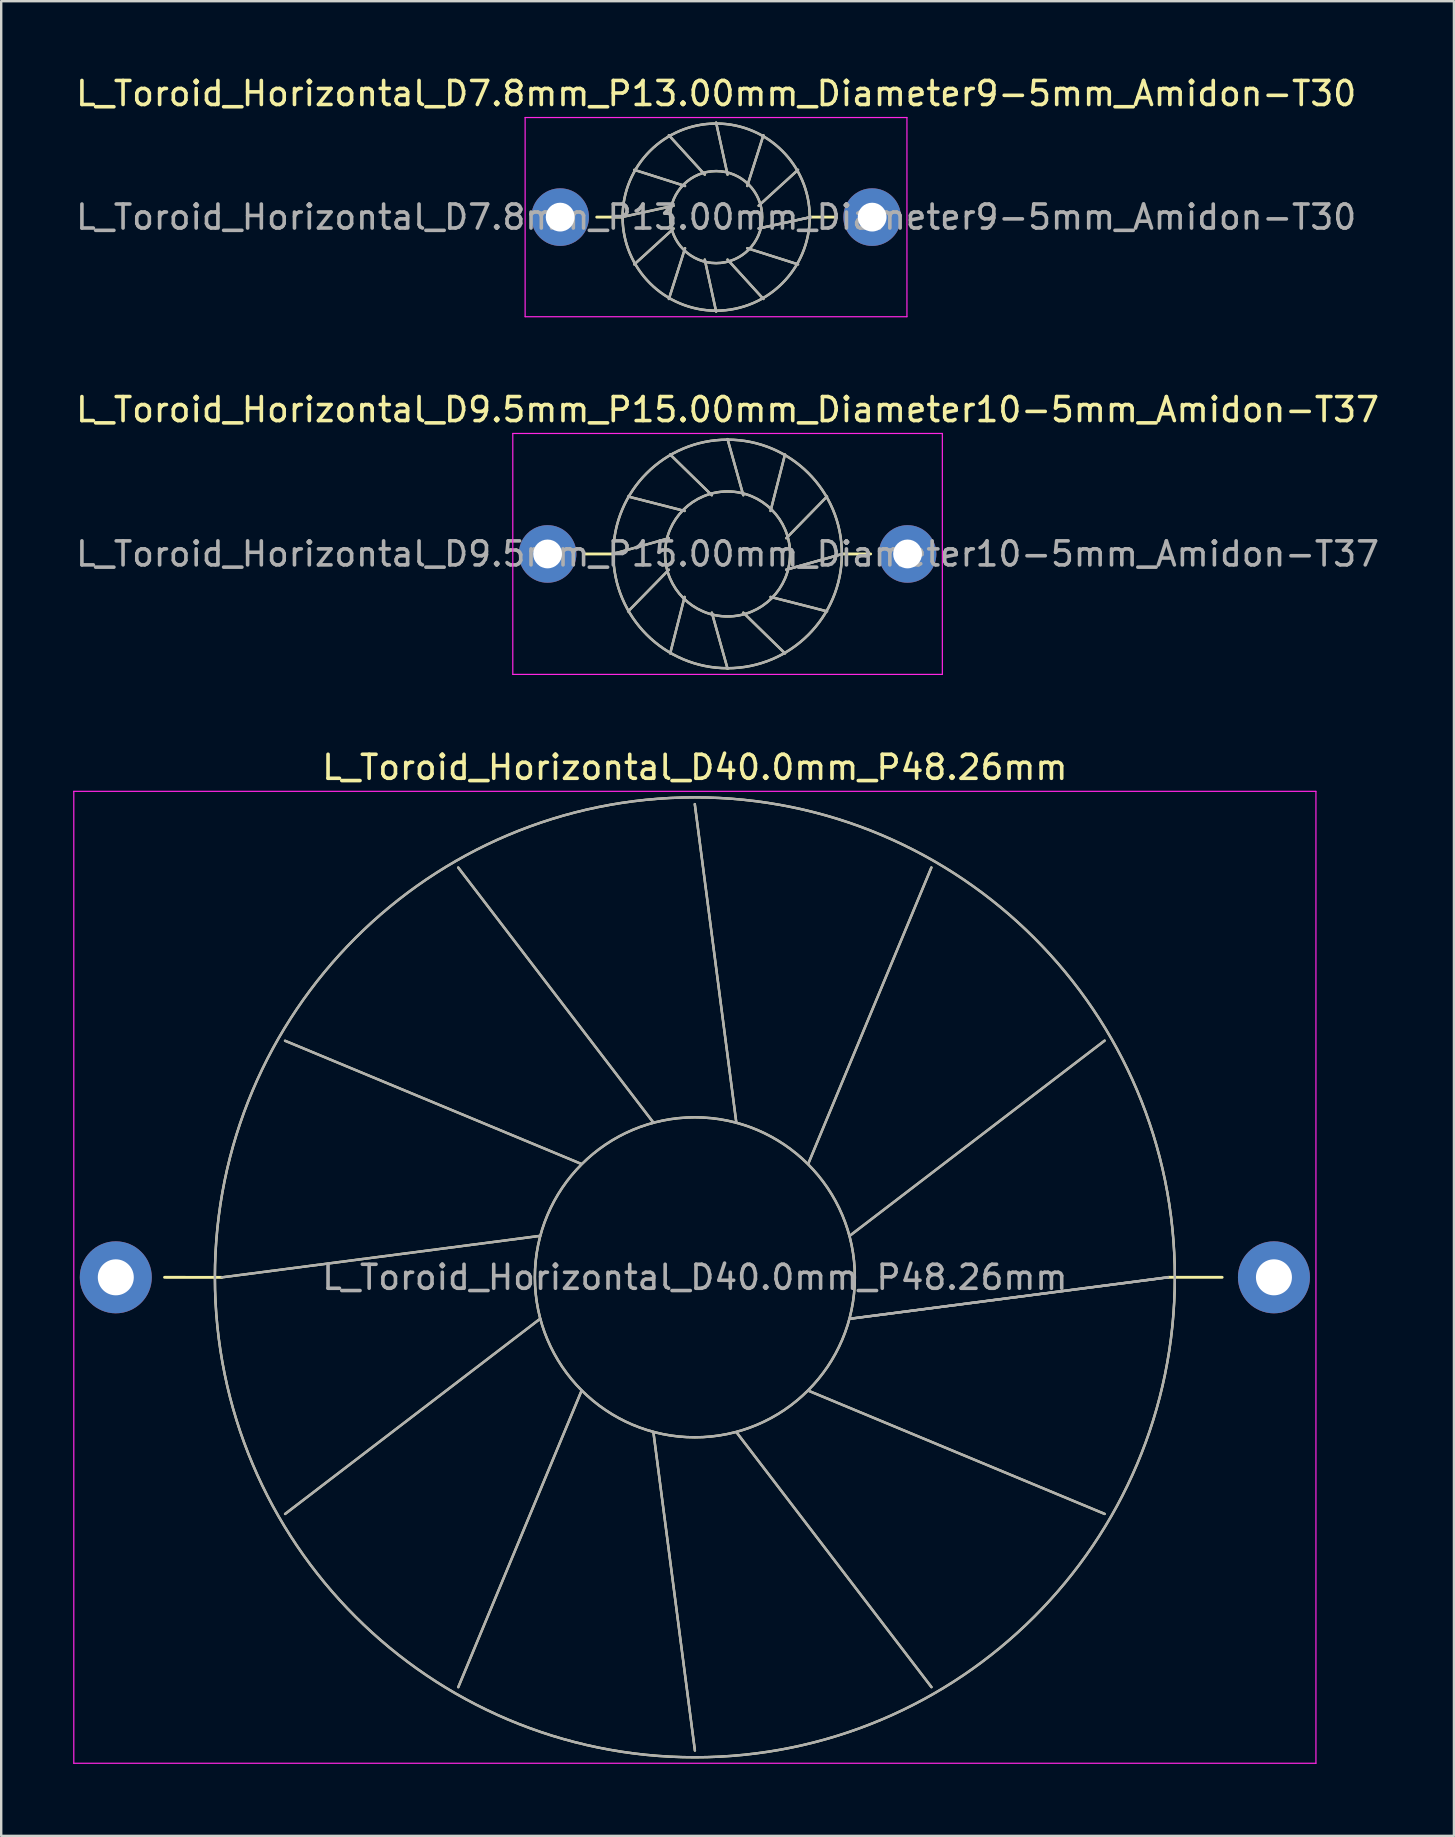
<source format=kicad_pcb>
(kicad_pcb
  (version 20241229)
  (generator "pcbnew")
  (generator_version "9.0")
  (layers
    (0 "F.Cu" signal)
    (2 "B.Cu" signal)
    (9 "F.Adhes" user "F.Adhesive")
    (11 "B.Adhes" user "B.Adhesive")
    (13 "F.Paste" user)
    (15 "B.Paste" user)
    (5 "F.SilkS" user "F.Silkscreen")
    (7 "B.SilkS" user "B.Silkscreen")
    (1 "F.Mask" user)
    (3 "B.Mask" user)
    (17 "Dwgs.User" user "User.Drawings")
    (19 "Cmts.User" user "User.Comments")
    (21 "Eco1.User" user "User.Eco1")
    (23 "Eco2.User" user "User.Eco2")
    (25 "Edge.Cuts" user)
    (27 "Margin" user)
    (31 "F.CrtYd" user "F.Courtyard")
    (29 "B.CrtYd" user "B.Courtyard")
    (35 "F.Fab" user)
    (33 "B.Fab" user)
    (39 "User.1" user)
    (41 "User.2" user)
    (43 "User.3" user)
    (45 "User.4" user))
  (footprint "L_Toroid_Horizontal_D40.0mm_P48.26mm"
    (layer "F.Cu")
    (at 1.775 50.176)
    (property "Reference" "L_Toroid_Horizontal_D40.0mm_P48.26mm" (at 24.13 -21.25 0) (layer "F.SilkS") (effects (font (size 1 1) (thickness 0.15))))
    (attr through_hole)
    (fp_line (start 4.412 0.002) (end 2.032 0) (stroke (width 0.12) (type solid)) (layer "F.SilkS"))
    (fp_line (start 4.412 0.002) (end 17.68 -1.728) (stroke (width 0.1) (type solid)) (layer "F.SilkS"))
    (fp_line (start 7.053 -9.857) (end 19.408 -4.721) (stroke (width 0.1) (type solid)) (layer "F.SilkS"))
    (fp_line (start 7.055 9.86) (end 17.68 1.729) (stroke (width 0.1) (type solid)) (layer "F.SilkS"))
    (fp_line (start 14.269 -17.075) (end 22.401 -6.45) (stroke (width 0.1) (type solid)) (layer "F.SilkS"))
    (fp_line (start 14.272 17.077) (end 19.409 4.722) (stroke (width 0.1) (type solid)) (layer "F.SilkS"))
    (fp_line (start 24.127 -19.718) (end 25.857 -6.45) (stroke (width 0.1) (type solid)) (layer "F.SilkS"))
    (fp_line (start 24.131 19.718) (end 22.402 6.45) (stroke (width 0.1) (type solid)) (layer "F.SilkS"))
    (fp_line (start 33.986 -17.077) (end 28.851 -4.723) (stroke (width 0.1) (type solid)) (layer "F.SilkS"))
    (fp_line (start 33.989 17.076) (end 25.859 6.45) (stroke (width 0.1) (type solid)) (layer "F.SilkS"))
    (fp_line (start 41.204 -9.862) (end 30.58 -1.729) (stroke (width 0.1) (type solid)) (layer "F.SilkS"))
    (fp_line (start 41.206 9.859) (end 28.852 4.722) (stroke (width 0.1) (type solid)) (layer "F.SilkS"))
    (fp_line (start 43.848 0) (end 30.58 1.728) (stroke (width 0.1) (type solid)) (layer "F.SilkS"))
    (fp_line (start 43.848 0) (end 46.101 0) (stroke (width 0.12) (type solid)) (layer "F.SilkS"))
    (fp_circle (center 24.13 0) (end 30.797 0) (stroke (width 0.1) (type solid)) (fill no) (layer "F.SilkS"))
    (fp_circle (center 24.13 0) (end 44.13 0) (stroke (width 0.1) (type solid)) (fill no) (layer "F.SilkS"))
    (fp_line (start -1.75 -20.25) (end -1.75 20.25) (stroke (width 0.05) (type solid)) (layer "F.CrtYd"))
    (fp_line (start -1.75 20.25) (end 50.01 20.25) (stroke (width 0.05) (type solid)) (layer "F.CrtYd"))
    (fp_line (start 50.01 -20.25) (end -1.75 -20.25) (stroke (width 0.05) (type solid)) (layer "F.CrtYd"))
    (fp_line (start 50.01 20.25) (end 50.01 -20.25) (stroke (width 0.05) (type solid)) (layer "F.CrtYd"))
    (fp_line (start 4.412 0.002) (end 17.68 -1.728) (stroke (width 0.1) (type solid)) (layer "F.Fab"))
    (fp_line (start 7.053 -9.857) (end 19.408 -4.721) (stroke (width 0.1) (type solid)) (layer "F.Fab"))
    (fp_line (start 7.055 9.86) (end 17.68 1.729) (stroke (width 0.1) (type solid)) (layer "F.Fab"))
    (fp_line (start 14.269 -17.075) (end 22.401 -6.45) (stroke (width 0.1) (type solid)) (layer "F.Fab"))
    (fp_line (start 14.272 17.077) (end 19.409 4.722) (stroke (width 0.1) (type solid)) (layer "F.Fab"))
    (fp_line (start 24.127 -19.718) (end 25.857 -6.45) (stroke (width 0.1) (type solid)) (layer "F.Fab"))
    (fp_line (start 24.131 19.718) (end 22.402 6.45) (stroke (width 0.1) (type solid)) (layer "F.Fab"))
    (fp_line (start 33.986 -17.077) (end 28.851 -4.723) (stroke (width 0.1) (type solid)) (layer "F.Fab"))
    (fp_line (start 33.989 17.076) (end 25.859 6.45) (stroke (width 0.1) (type solid)) (layer "F.Fab"))
    (fp_line (start 41.204 -9.862) (end 30.58 -1.729) (stroke (width 0.1) (type solid)) (layer "F.Fab"))
    (fp_line (start 41.206 9.859) (end 28.852 4.722) (stroke (width 0.1) (type solid)) (layer "F.Fab"))
    (fp_line (start 43.848 -0.004) (end 30.58 1.727) (stroke (width 0.1) (type solid)) (layer "F.Fab"))
    (fp_line (start 43.848 0) (end 30.58 1.728) (stroke (width 0.1) (type solid)) (layer "F.Fab"))
    (fp_circle (center 24.13 0) (end 30.797 0) (stroke (width 0.1) (type solid)) (fill no) (layer "F.Fab"))
    (fp_circle (center 24.13 0) (end 44.13 0) (stroke (width 0.1) (type solid)) (fill no) (layer "F.Fab"))
    (fp_text user "${REFERENCE}" (at 24.13 0 0) (layer "F.Fab") (effects (font (size 1 1) (thickness 0.15))))
    (pad "1" thru_hole circle (at 0 0) (size 3 3) (drill 1.5) (layers "*.Cu" "*.Mask"))
    (pad "2" thru_hole circle (at 48.26 0) (size 3 3) (drill 1.5) (layers "*.Cu" "*.Mask")))
  (footprint "L_Toroid_Horizontal_D7.8mm_P13.00mm_Diameter9-5mm_Amidon-T30"
    (layer "F.Cu")
    (at 20.292 5.997)
    (property "Reference" "L_Toroid_Horizontal_D7.8mm_P13.00mm_Diameter9-5mm_Amidon-T30" (at 6.5 -5.149 0) (layer "F.SilkS") (effects (font (size 1 1) (thickness 0.15))))
    (attr through_hole)
    (fp_line (start 2.561 0.000365) (end 4.729 -0.474) (stroke (width 0.1) (type solid)) (layer "F.SilkS"))
    (fp_line (start 2.601 0) (end 1.524 0) (stroke (width 0.12) (type solid)) (layer "F.SilkS"))
    (fp_line (start 3.089 -1.969) (end 5.203 -1.296) (stroke (width 0.1) (type solid)) (layer "F.SilkS"))
    (fp_line (start 3.089 1.97) (end 4.729 0.475) (stroke (width 0.1) (type solid)) (layer "F.SilkS"))
    (fp_line (start 4.53 -3.411) (end 6.025 -1.771) (stroke (width 0.1) (type solid)) (layer "F.SilkS"))
    (fp_line (start 4.531 3.411) (end 5.204 1.297) (stroke (width 0.1) (type solid)) (layer "F.SilkS"))
    (fp_line (start 6.499 -3.939) (end 6.974 -1.771) (stroke (width 0.1) (type solid)) (layer "F.SilkS"))
    (fp_line (start 6.5 3.939) (end 6.026 1.771) (stroke (width 0.1) (type solid)) (layer "F.SilkS"))
    (fp_line (start 8.469 -3.411) (end 7.796 -1.297) (stroke (width 0.1) (type solid)) (layer "F.SilkS"))
    (fp_line (start 8.469 3.411) (end 6.975 1.771) (stroke (width 0.1) (type solid)) (layer "F.SilkS"))
    (fp_line (start 9.911 -1.97) (end 8.271 -0.475) (stroke (width 0.1) (type solid)) (layer "F.SilkS"))
    (fp_line (start 9.911 1.969) (end 7.797 1.297) (stroke (width 0.1) (type solid)) (layer "F.SilkS"))
    (fp_line (start 10.439 -0.001) (end 8.271 0.474) (stroke (width 0.1) (type solid)) (layer "F.SilkS"))
    (fp_line (start 10.439 -0.001) (end 11.43 0) (stroke (width 0.12) (type solid)) (layer "F.SilkS"))
    (fp_circle (center 6.5 0) (end 8.418 0) (stroke (width 0.1) (type solid)) (fill no) (layer "F.SilkS"))
    (fp_circle (center 6.5 0) (end 10.399 0) (stroke (width 0.1) (type solid)) (fill no) (layer "F.SilkS"))
    (fp_line (start -1.46 -4.15) (end -1.46 4.15) (stroke (width 0.05) (type solid)) (layer "F.CrtYd"))
    (fp_line (start -1.46 4.15) (end 14.45 4.15) (stroke (width 0.05) (type solid)) (layer "F.CrtYd"))
    (fp_line (start 14.45 -4.15) (end -1.46 -4.15) (stroke (width 0.05) (type solid)) (layer "F.CrtYd"))
    (fp_line (start 14.45 4.15) (end 14.45 -4.15) (stroke (width 0.05) (type solid)) (layer "F.CrtYd"))
    (fp_line (start 2.561 0.000365) (end 4.729 -0.474) (stroke (width 0.1) (type solid)) (layer "F.Fab"))
    (fp_line (start 3.089 -1.969) (end 5.203 -1.296) (stroke (width 0.1) (type solid)) (layer "F.Fab"))
    (fp_line (start 3.089 1.97) (end 4.729 0.475) (stroke (width 0.1) (type solid)) (layer "F.Fab"))
    (fp_line (start 4.53 -3.411) (end 6.025 -1.771) (stroke (width 0.1) (type solid)) (layer "F.Fab"))
    (fp_line (start 4.531 3.411) (end 5.204 1.297) (stroke (width 0.1) (type solid)) (layer "F.Fab"))
    (fp_line (start 6.499 -3.939) (end 6.974 -1.771) (stroke (width 0.1) (type solid)) (layer "F.Fab"))
    (fp_line (start 6.5 3.939) (end 6.026 1.771) (stroke (width 0.1) (type solid)) (layer "F.Fab"))
    (fp_line (start 8.469 -3.411) (end 7.796 -1.297) (stroke (width 0.1) (type solid)) (layer "F.Fab"))
    (fp_line (start 8.469 3.411) (end 6.975 1.771) (stroke (width 0.1) (type solid)) (layer "F.Fab"))
    (fp_line (start 9.911 -1.97) (end 8.271 -0.475) (stroke (width 0.1) (type solid)) (layer "F.Fab"))
    (fp_line (start 9.911 1.969) (end 7.797 1.297) (stroke (width 0.1) (type solid)) (layer "F.Fab"))
    (fp_line (start 10.439 -0.001) (end 8.271 0.474) (stroke (width 0.1) (type solid)) (layer "F.Fab"))
    (fp_line (start 10.439 0) (end 8.271 0.475) (stroke (width 0.1) (type solid)) (layer "F.Fab"))
    (fp_circle (center 6.5 0) (end 8.418 0) (stroke (width 0.1) (type solid)) (fill no) (layer "F.Fab"))
    (fp_circle (center 6.5 0) (end 10.399 0) (stroke (width 0.1) (type solid)) (fill no) (layer "F.Fab"))
    (fp_text user "${REFERENCE}" (at 6.5 0 0) (layer "F.Fab") (effects (font (size 1 1) (thickness 0.15))))
    (pad "1" thru_hole circle (at 0 0) (size 2.4 2.4) (drill 1.2) (layers "*.Cu" "*.Mask"))
    (pad "2" thru_hole circle (at 13 0) (size 2.4 2.4) (drill 1.2) (layers "*.Cu" "*.Mask")))
  (footprint "L_Toroid_Horizontal_D9.5mm_P15.00mm_Diameter10-5mm_Amidon-T37"
    (layer "F.Cu")
    (at 19.768 20.033)
    (property "Reference" "L_Toroid_Horizontal_D9.5mm_P15.00mm_Diameter10-5mm_Amidon-T37" (at 7.5 -6.013 0) (layer "F.SilkS") (effects (font (size 1 1) (thickness 0.15))))
    (attr through_hole)
    (fp_line (start 2.715 0.000443) (end 5.053 -0.655) (stroke (width 0.1) (type solid)) (layer "F.SilkS"))
    (fp_line (start 2.737 0) (end 1.524 0) (stroke (width 0.12) (type solid)) (layer "F.SilkS"))
    (fp_line (start 3.356 -2.392) (end 5.709 -1.791) (stroke (width 0.1) (type solid)) (layer "F.SilkS"))
    (fp_line (start 3.356 2.393) (end 5.053 0.656) (stroke (width 0.1) (type solid)) (layer "F.SilkS"))
    (fp_line (start 5.107 -4.144) (end 6.844 -2.447) (stroke (width 0.1) (type solid)) (layer "F.SilkS"))
    (fp_line (start 5.108 4.144) (end 5.709 1.791) (stroke (width 0.1) (type solid)) (layer "F.SilkS"))
    (fp_line (start 7.499 -4.785) (end 8.155 -2.447) (stroke (width 0.1) (type solid)) (layer "F.SilkS"))
    (fp_line (start 7.5 4.785) (end 6.845 2.447) (stroke (width 0.1) (type solid)) (layer "F.SilkS"))
    (fp_line (start 9.892 -4.144) (end 9.291 -1.792) (stroke (width 0.1) (type solid)) (layer "F.SilkS"))
    (fp_line (start 9.893 4.144) (end 8.156 2.447) (stroke (width 0.1) (type solid)) (layer "F.SilkS"))
    (fp_line (start 11.643 -2.393) (end 9.947 -0.656) (stroke (width 0.1) (type solid)) (layer "F.SilkS"))
    (fp_line (start 11.644 2.392) (end 9.291 1.791) (stroke (width 0.1) (type solid)) (layer "F.SilkS"))
    (fp_line (start 12.262 0) (end 13.462 0) (stroke (width 0.12) (type solid)) (layer "F.SilkS"))
    (fp_line (start 12.285 0) (end 9.947 0.656) (stroke (width 0.1) (type solid)) (layer "F.SilkS"))
    (fp_circle (center 7.5 0) (end 10.104 0) (stroke (width 0.1) (type solid)) (fill no) (layer "F.SilkS"))
    (fp_circle (center 7.5 0) (end 12.262 0) (stroke (width 0.1) (type solid)) (fill no) (layer "F.SilkS"))
    (fp_line (start -1.45 -5.02) (end -1.45 5.02) (stroke (width 0.05) (type solid)) (layer "F.CrtYd"))
    (fp_line (start -1.45 5.02) (end 16.45 5.02) (stroke (width 0.05) (type solid)) (layer "F.CrtYd"))
    (fp_line (start 16.45 -5.02) (end -1.45 -5.02) (stroke (width 0.05) (type solid)) (layer "F.CrtYd"))
    (fp_line (start 16.45 5.02) (end 16.45 -5.02) (stroke (width 0.05) (type solid)) (layer "F.CrtYd"))
    (fp_line (start 2.715 0.000443) (end 5.053 -0.655) (stroke (width 0.1) (type solid)) (layer "F.Fab"))
    (fp_line (start 3.356 -2.392) (end 5.709 -1.791) (stroke (width 0.1) (type solid)) (layer "F.Fab"))
    (fp_line (start 3.356 2.393) (end 5.053 0.656) (stroke (width 0.1) (type solid)) (layer "F.Fab"))
    (fp_line (start 5.107 -4.144) (end 6.844 -2.447) (stroke (width 0.1) (type solid)) (layer "F.Fab"))
    (fp_line (start 5.108 4.144) (end 5.709 1.791) (stroke (width 0.1) (type solid)) (layer "F.Fab"))
    (fp_line (start 7.499 -4.785) (end 8.155 -2.447) (stroke (width 0.1) (type solid)) (layer "F.Fab"))
    (fp_line (start 7.5 4.785) (end 6.845 2.447) (stroke (width 0.1) (type solid)) (layer "F.Fab"))
    (fp_line (start 9.892 -4.144) (end 9.291 -1.792) (stroke (width 0.1) (type solid)) (layer "F.Fab"))
    (fp_line (start 9.893 4.144) (end 8.156 2.447) (stroke (width 0.1) (type solid)) (layer "F.Fab"))
    (fp_line (start 11.643 -2.393) (end 9.947 -0.656) (stroke (width 0.1) (type solid)) (layer "F.Fab"))
    (fp_line (start 11.644 2.392) (end 9.291 1.791) (stroke (width 0.1) (type solid)) (layer "F.Fab"))
    (fp_line (start 12.285 -0.001) (end 9.947 0.655) (stroke (width 0.1) (type solid)) (layer "F.Fab"))
    (fp_line (start 12.285 0) (end 9.947 0.656) (stroke (width 0.1) (type solid)) (layer "F.Fab"))
    (fp_circle (center 7.5 0) (end 10.104 0) (stroke (width 0.1) (type solid)) (fill no) (layer "F.Fab"))
    (fp_circle (center 7.5 0) (end 12.262 0) (stroke (width 0.1) (type solid)) (fill no) (layer "F.Fab"))
    (fp_text user "${REFERENCE}" (at 7.5 0 0) (layer "F.Fab") (effects (font (size 1 1) (thickness 0.15))))
    (pad "1" thru_hole circle (at 0 0) (size 2.4 2.4) (drill 1.2) (layers "*.Cu" "*.Mask"))
    (pad "2" thru_hole circle (at 15 0) (size 2.4 2.4) (drill 1.2) (layers "*.Cu" "*.Mask")))
  (gr_rect
    (start -3 -3)
    (end 57.536 73.451)
    (stroke (width 0.1) (type default))
    (fill no)
    (layer "Edge.Cuts")))
</source>
